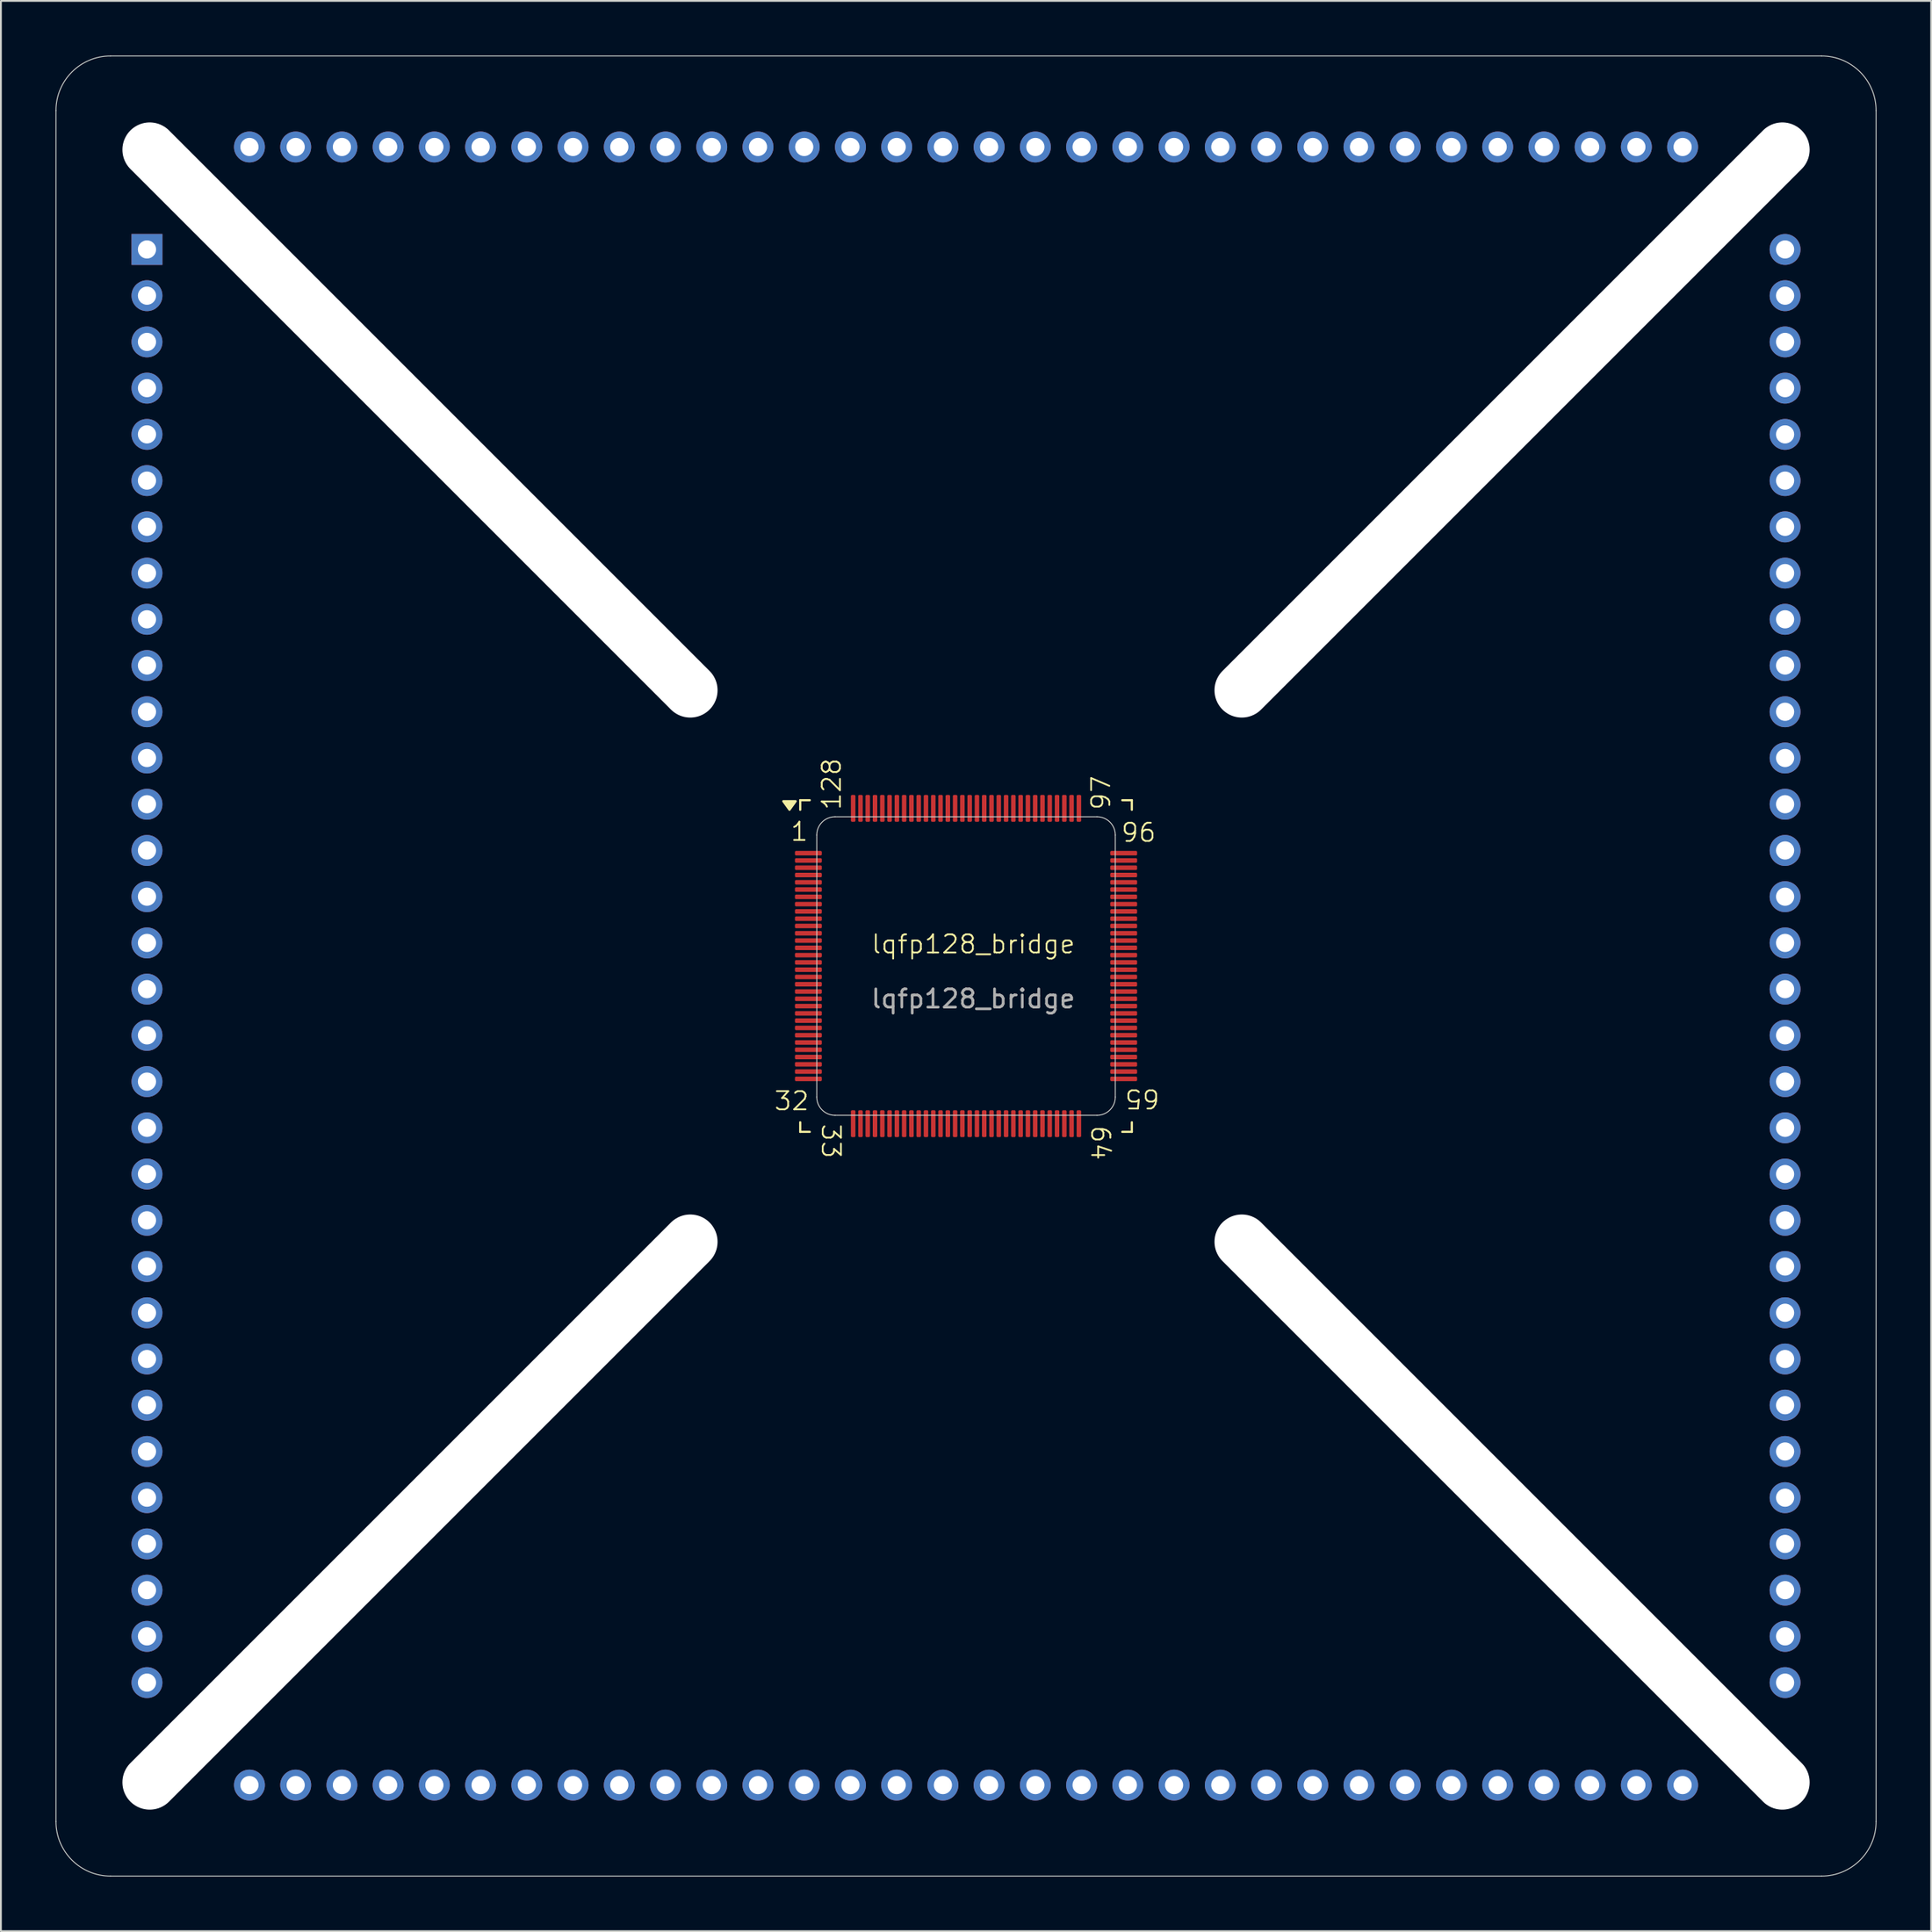
<source format=kicad_pcb>
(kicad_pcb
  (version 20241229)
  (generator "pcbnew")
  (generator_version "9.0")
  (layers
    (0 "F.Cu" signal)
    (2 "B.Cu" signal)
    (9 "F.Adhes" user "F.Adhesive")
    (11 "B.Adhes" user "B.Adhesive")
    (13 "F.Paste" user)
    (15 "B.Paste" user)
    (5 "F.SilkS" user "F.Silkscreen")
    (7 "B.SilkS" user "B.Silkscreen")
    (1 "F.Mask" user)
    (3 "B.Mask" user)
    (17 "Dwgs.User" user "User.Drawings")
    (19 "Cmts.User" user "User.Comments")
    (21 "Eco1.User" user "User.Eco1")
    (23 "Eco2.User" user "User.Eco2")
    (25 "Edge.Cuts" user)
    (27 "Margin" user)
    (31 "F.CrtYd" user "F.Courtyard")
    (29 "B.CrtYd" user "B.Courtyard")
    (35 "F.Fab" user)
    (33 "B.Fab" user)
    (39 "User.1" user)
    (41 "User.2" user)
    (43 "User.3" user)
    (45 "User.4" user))
  (footprint "lqfp128_bridge"
    (layer "F.Cu")
    (at 50.025 50.025)
    (property "Reference" "lqfp128_bridge" (at 0.4 -1.2 0) (unlocked yes) (layer "F.SilkS") (effects (font (size 1 1) (thickness 0.1))))
    (attr smd)
    (fp_line (start -9.11 -9.11) (end -9.11 -8.585) (stroke (width 0.12) (type solid)) (layer "F.SilkS"))
    (fp_line (start -9.11 9.11) (end -9.11 8.585) (stroke (width 0.12) (type solid)) (layer "F.SilkS"))
    (fp_line (start -8.585 -9.11) (end -9.11 -9.11) (stroke (width 0.12) (type solid)) (layer "F.SilkS"))
    (fp_line (start -8.585 9.11) (end -9.11 9.11) (stroke (width 0.12) (type solid)) (layer "F.SilkS"))
    (fp_line (start 8.585 -9.11) (end 9.11 -9.11) (stroke (width 0.12) (type solid)) (layer "F.SilkS"))
    (fp_line (start 8.585 9.11) (end 9.11 9.11) (stroke (width 0.12) (type solid)) (layer "F.SilkS"))
    (fp_line (start 9.11 -9.11) (end 9.11 -8.585) (stroke (width 0.12) (type solid)) (layer "F.SilkS"))
    (fp_line (start 9.11 9.11) (end 9.11 8.585) (stroke (width 0.12) (type solid)) (layer "F.SilkS"))
    (fp_poly (pts (xy -9.7 -8.585) (xy -10.04 -9.055) (xy -9.36 -9.055)) (stroke (width 0.12) (type solid)) (fill yes) (layer "F.SilkS"))
    (fp_line (start -50 47) (end -50 -47) (stroke (width 0.05) (type default)) (layer "Edge.Cuts"))
    (fp_line (start -47 -50) (end 47 -50) (stroke (width 0.05) (type default)) (layer "Edge.Cuts"))
    (fp_line (start -8.2 7.2) (end -8.2 -7.2) (stroke (width 0.05) (type default)) (layer "Edge.Cuts"))
    (fp_line (start -7.2 -8.2) (end 7.2 -8.2) (stroke (width 0.05) (type default)) (layer "Edge.Cuts"))
    (fp_line (start 7.2 8.2) (end -7.2 8.2) (stroke (width 0.05) (type default)) (layer "Edge.Cuts"))
    (fp_line (start 8.2 -7.2) (end 8.2 7.2) (stroke (width 0.05) (type default)) (layer "Edge.Cuts"))
    (fp_line (start 47 50) (end -47 50) (stroke (width 0.05) (type default)) (layer "Edge.Cuts"))
    (fp_line (start 50 -47) (end 50 47) (stroke (width 0.05) (type default)) (layer "Edge.Cuts"))
    (fp_arc (start -50 -47) (mid -49.12132 -49.12132) (end -47 -50) (stroke (width 0.05) (type default)) (layer "Edge.Cuts"))
    (fp_arc (start -47 50) (mid -49.12132 49.12132) (end -50 47) (stroke (width 0.05) (type default)) (layer "Edge.Cuts"))
    (fp_arc (start -8.2 -7.2) (mid -7.907107 -7.907107) (end -7.2 -8.2) (stroke (width 0.05) (type default)) (layer "Edge.Cuts"))
    (fp_arc (start -7.2 8.2) (mid -7.907107 7.907107) (end -8.2 7.2) (stroke (width 0.05) (type default)) (layer "Edge.Cuts"))
    (fp_arc (start 7.2 -8.2) (mid 7.907107 -7.907107) (end 8.2 -7.2) (stroke (width 0.05) (type default)) (layer "Edge.Cuts"))
    (fp_arc (start 8.2 7.2) (mid 7.907107 7.907107) (end 7.2 8.2) (stroke (width 0.05) (type default)) (layer "Edge.Cuts"))
    (fp_arc (start 47 -50) (mid 49.12132 -49.12132) (end 50 -47) (stroke (width 0.05) (type default)) (layer "Edge.Cuts"))
    (fp_arc (start 50 47) (mid 49.12132 49.12132) (end 47 50) (stroke (width 0.05) (type default)) (layer "Edge.Cuts"))
    (fp_text user "33" (at -8 8.6 270) (unlocked yes) (layer "F.SilkS") (effects (font (size 1 1) (thickness 0.1)) (justify left bottom)))
    (fp_text user "32" (at -10.6 8 0) (unlocked yes) (layer "F.SilkS") (effects (font (size 1 1) (thickness 0.1)) (justify left bottom)))
    (fp_text user "65" (at 10.7 6.7 180) (unlocked yes) (layer "F.SilkS") (effects (font (size 1 1) (thickness 0.1)) (justify left bottom)))
    (fp_text user "64" (at 6.8 8.7 270) (unlocked yes) (layer "F.SilkS") (effects (font (size 1 1) (thickness 0.1)) (justify left bottom)))
    (fp_text user "1" (at -9.7 -6.8 0) (unlocked yes) (layer "F.SilkS") (effects (font (size 1 1) (thickness 0.1)) (justify left bottom)))
    (fp_text user "96" (at 10.5 -8 180) (unlocked yes) (layer "F.SilkS") (effects (font (size 1 1) (thickness 0.1)) (justify left bottom)))
    (fp_text user "128" (at -6.8 -8.5 90) (unlocked yes) (layer "F.SilkS") (effects (font (size 1 1) (thickness 0.1)) (justify left bottom)))
    (fp_text user "97" (at 8 -8.5 90) (unlocked yes) (layer "F.SilkS") (effects (font (size 1 1) (thickness 0.1)) (justify left bottom)))
    (fp_text user "${REFERENCE}" (at 0.4 1.8 0) (unlocked yes) (layer "F.Fab") (effects (font (size 1 1) (thickness 0.15))))
    (pad "" np_thru_hole oval (at -30 -30 315) (size 45 3) (drill oval 45 3) (layers "*.Cu" "*.Mask"))
    (pad "" np_thru_hole oval (at -30 30 45) (size 45 3) (drill oval 45 3) (layers "*.Cu" "*.Mask"))
    (pad "" np_thru_hole oval (at 30 -30 45) (size 45 3) (drill oval 45 3) (layers "*.Cu" "*.Mask"))
    (pad "" np_thru_hole oval (at 30 30 315) (size 45 3) (drill oval 45 3) (layers "*.Cu" "*.Mask"))
    (pad "1" thru_hole rect (at -45 -39.37) (size 1.7 1.7) (drill 1) (layers "*.Cu" "*.Mask"))
    (pad "1" smd roundrect (at -8.662 -6.2) (size 1.475 0.25) (layers "F.Cu" "F.Mask" "F.Paste") (roundrect_rratio 0.25))
    (pad "2" thru_hole circle (at -45 -36.83) (size 1.7 1.7) (drill 1) (layers "*.Cu" "*.Mask"))
    (pad "2" smd roundrect (at -8.662 -5.8) (size 1.475 0.25) (layers "F.Cu" "F.Mask" "F.Paste") (roundrect_rratio 0.25))
    (pad "3" thru_hole circle (at -45 -34.29) (size 1.7 1.7) (drill 1) (layers "*.Cu" "*.Mask"))
    (pad "3" smd roundrect (at -8.662 -5.4) (size 1.475 0.25) (layers "F.Cu" "F.Mask" "F.Paste") (roundrect_rratio 0.25))
    (pad "4" thru_hole circle (at -45 -31.75) (size 1.7 1.7) (drill 1) (layers "*.Cu" "*.Mask"))
    (pad "4" smd roundrect (at -8.662 -5) (size 1.475 0.25) (layers "F.Cu" "F.Mask" "F.Paste") (roundrect_rratio 0.25))
    (pad "5" thru_hole circle (at -45 -29.21) (size 1.7 1.7) (drill 1) (layers "*.Cu" "*.Mask"))
    (pad "5" smd roundrect (at -8.662 -4.6) (size 1.475 0.25) (layers "F.Cu" "F.Mask" "F.Paste") (roundrect_rratio 0.25))
    (pad "6" thru_hole circle (at -45 -26.67) (size 1.7 1.7) (drill 1) (layers "*.Cu" "*.Mask"))
    (pad "6" smd roundrect (at -8.662 -4.2) (size 1.475 0.25) (layers "F.Cu" "F.Mask" "F.Paste") (roundrect_rratio 0.25))
    (pad "7" thru_hole circle (at -45 -24.13) (size 1.7 1.7) (drill 1) (layers "*.Cu" "*.Mask"))
    (pad "7" smd roundrect (at -8.662 -3.8) (size 1.475 0.25) (layers "F.Cu" "F.Mask" "F.Paste") (roundrect_rratio 0.25))
    (pad "8" thru_hole circle (at -45 -21.59) (size 1.7 1.7) (drill 1) (layers "*.Cu" "*.Mask"))
    (pad "8" smd roundrect (at -8.662 -3.4) (size 1.475 0.25) (layers "F.Cu" "F.Mask" "F.Paste") (roundrect_rratio 0.25))
    (pad "9" thru_hole circle (at -45 -19.05) (size 1.7 1.7) (drill 1) (layers "*.Cu" "*.Mask"))
    (pad "9" smd roundrect (at -8.662 -3) (size 1.475 0.25) (layers "F.Cu" "F.Mask" "F.Paste") (roundrect_rratio 0.25))
    (pad "10" thru_hole circle (at -45 -16.51) (size 1.7 1.7) (drill 1) (layers "*.Cu" "*.Mask"))
    (pad "10" smd roundrect (at -8.662 -2.6) (size 1.475 0.25) (layers "F.Cu" "F.Mask" "F.Paste") (roundrect_rratio 0.25))
    (pad "11" thru_hole circle (at -45 -13.97) (size 1.7 1.7) (drill 1) (layers "*.Cu" "*.Mask"))
    (pad "11" smd roundrect (at -8.662 -2.2) (size 1.475 0.25) (layers "F.Cu" "F.Mask" "F.Paste") (roundrect_rratio 0.25))
    (pad "12" thru_hole circle (at -45 -11.43) (size 1.7 1.7) (drill 1) (layers "*.Cu" "*.Mask"))
    (pad "12" smd roundrect (at -8.662 -1.8) (size 1.475 0.25) (layers "F.Cu" "F.Mask" "F.Paste") (roundrect_rratio 0.25))
    (pad "13" thru_hole circle (at -45 -8.89) (size 1.7 1.7) (drill 1) (layers "*.Cu" "*.Mask"))
    (pad "13" smd roundrect (at -8.662 -1.4) (size 1.475 0.25) (layers "F.Cu" "F.Mask" "F.Paste") (roundrect_rratio 0.25))
    (pad "14" thru_hole circle (at -45 -6.35) (size 1.7 1.7) (drill 1) (layers "*.Cu" "*.Mask"))
    (pad "14" smd roundrect (at -8.662 -1) (size 1.475 0.25) (layers "F.Cu" "F.Mask" "F.Paste") (roundrect_rratio 0.25))
    (pad "15" thru_hole circle (at -45 -3.81) (size 1.7 1.7) (drill 1) (layers "*.Cu" "*.Mask"))
    (pad "15" smd roundrect (at -8.662 -0.6) (size 1.475 0.25) (layers "F.Cu" "F.Mask" "F.Paste") (roundrect_rratio 0.25))
    (pad "16" thru_hole circle (at -45 -1.27) (size 1.7 1.7) (drill 1) (layers "*.Cu" "*.Mask"))
    (pad "16" smd roundrect (at -8.662 -0.2) (size 1.475 0.25) (layers "F.Cu" "F.Mask" "F.Paste") (roundrect_rratio 0.25))
    (pad "17" thru_hole circle (at -45 1.27) (size 1.7 1.7) (drill 1) (layers "*.Cu" "*.Mask"))
    (pad "17" smd roundrect (at -8.662 0.2) (size 1.475 0.25) (layers "F.Cu" "F.Mask" "F.Paste") (roundrect_rratio 0.25))
    (pad "18" thru_hole circle (at -45 3.81) (size 1.7 1.7) (drill 1) (layers "*.Cu" "*.Mask"))
    (pad "18" smd roundrect (at -8.662 0.6) (size 1.475 0.25) (layers "F.Cu" "F.Mask" "F.Paste") (roundrect_rratio 0.25))
    (pad "19" thru_hole circle (at -45 6.35) (size 1.7 1.7) (drill 1) (layers "*.Cu" "*.Mask"))
    (pad "19" smd roundrect (at -8.662 1) (size 1.475 0.25) (layers "F.Cu" "F.Mask" "F.Paste") (roundrect_rratio 0.25))
    (pad "20" thru_hole circle (at -45 8.89) (size 1.7 1.7) (drill 1) (layers "*.Cu" "*.Mask"))
    (pad "20" smd roundrect (at -8.662 1.4) (size 1.475 0.25) (layers "F.Cu" "F.Mask" "F.Paste") (roundrect_rratio 0.25))
    (pad "21" thru_hole circle (at -45 11.43) (size 1.7 1.7) (drill 1) (layers "*.Cu" "*.Mask"))
    (pad "21" smd roundrect (at -8.662 1.8) (size 1.475 0.25) (layers "F.Cu" "F.Mask" "F.Paste") (roundrect_rratio 0.25))
    (pad "22" thru_hole circle (at -45 13.97) (size 1.7 1.7) (drill 1) (layers "*.Cu" "*.Mask"))
    (pad "22" smd roundrect (at -8.662 2.2) (size 1.475 0.25) (layers "F.Cu" "F.Mask" "F.Paste") (roundrect_rratio 0.25))
    (pad "23" thru_hole circle (at -45 16.51) (size 1.7 1.7) (drill 1) (layers "*.Cu" "*.Mask"))
    (pad "23" smd roundrect (at -8.662 2.6) (size 1.475 0.25) (layers "F.Cu" "F.Mask" "F.Paste") (roundrect_rratio 0.25))
    (pad "24" thru_hole circle (at -45 19.05) (size 1.7 1.7) (drill 1) (layers "*.Cu" "*.Mask"))
    (pad "24" smd roundrect (at -8.662 3) (size 1.475 0.25) (layers "F.Cu" "F.Mask" "F.Paste") (roundrect_rratio 0.25))
    (pad "25" thru_hole circle (at -45 21.59) (size 1.7 1.7) (drill 1) (layers "*.Cu" "*.Mask"))
    (pad "25" smd roundrect (at -8.662 3.4) (size 1.475 0.25) (layers "F.Cu" "F.Mask" "F.Paste") (roundrect_rratio 0.25))
    (pad "26" thru_hole circle (at -45 24.13) (size 1.7 1.7) (drill 1) (layers "*.Cu" "*.Mask"))
    (pad "26" smd roundrect (at -8.662 3.8) (size 1.475 0.25) (layers "F.Cu" "F.Mask" "F.Paste") (roundrect_rratio 0.25))
    (pad "27" thru_hole circle (at -45 26.67) (size 1.7 1.7) (drill 1) (layers "*.Cu" "*.Mask"))
    (pad "27" smd roundrect (at -8.662 4.2) (size 1.475 0.25) (layers "F.Cu" "F.Mask" "F.Paste") (roundrect_rratio 0.25))
    (pad "28" thru_hole circle (at -45 29.21) (size 1.7 1.7) (drill 1) (layers "*.Cu" "*.Mask"))
    (pad "28" smd roundrect (at -8.662 4.6) (size 1.475 0.25) (layers "F.Cu" "F.Mask" "F.Paste") (roundrect_rratio 0.25))
    (pad "29" thru_hole circle (at -45 31.75) (size 1.7 1.7) (drill 1) (layers "*.Cu" "*.Mask"))
    (pad "29" smd roundrect (at -8.662 5) (size 1.475 0.25) (layers "F.Cu" "F.Mask" "F.Paste") (roundrect_rratio 0.25))
    (pad "30" thru_hole circle (at -45 34.29) (size 1.7 1.7) (drill 1) (layers "*.Cu" "*.Mask"))
    (pad "30" smd roundrect (at -8.662 5.4) (size 1.475 0.25) (layers "F.Cu" "F.Mask" "F.Paste") (roundrect_rratio 0.25))
    (pad "31" thru_hole circle (at -45 36.83) (size 1.7 1.7) (drill 1) (layers "*.Cu" "*.Mask"))
    (pad "31" smd roundrect (at -8.662 5.8) (size 1.475 0.25) (layers "F.Cu" "F.Mask" "F.Paste") (roundrect_rratio 0.25))
    (pad "32" thru_hole circle (at -45 39.37) (size 1.7 1.7) (drill 1) (layers "*.Cu" "*.Mask"))
    (pad "32" smd roundrect (at -8.662 6.2) (size 1.475 0.25) (layers "F.Cu" "F.Mask" "F.Paste") (roundrect_rratio 0.25))
    (pad "33" thru_hole circle (at -39.37 45 270) (size 1.7 1.7) (drill 1) (layers "*.Cu" "*.Mask"))
    (pad "33" smd roundrect (at -6.2 8.662) (size 0.25 1.475) (layers "F.Cu" "F.Mask" "F.Paste") (roundrect_rratio 0.25))
    (pad "34" thru_hole circle (at -36.83 45 270) (size 1.7 1.7) (drill 1) (layers "*.Cu" "*.Mask"))
    (pad "34" smd roundrect (at -5.8 8.662) (size 0.25 1.475) (layers "F.Cu" "F.Mask" "F.Paste") (roundrect_rratio 0.25))
    (pad "35" thru_hole circle (at -34.29 45 270) (size 1.7 1.7) (drill 1) (layers "*.Cu" "*.Mask"))
    (pad "35" smd roundrect (at -5.4 8.662) (size 0.25 1.475) (layers "F.Cu" "F.Mask" "F.Paste") (roundrect_rratio 0.25))
    (pad "36" thru_hole circle (at -31.75 45 270) (size 1.7 1.7) (drill 1) (layers "*.Cu" "*.Mask"))
    (pad "36" smd roundrect (at -5 8.662) (size 0.25 1.475) (layers "F.Cu" "F.Mask" "F.Paste") (roundrect_rratio 0.25))
    (pad "37" thru_hole circle (at -29.21 45 270) (size 1.7 1.7) (drill 1) (layers "*.Cu" "*.Mask"))
    (pad "37" smd roundrect (at -4.6 8.662) (size 0.25 1.475) (layers "F.Cu" "F.Mask" "F.Paste") (roundrect_rratio 0.25))
    (pad "38" thru_hole circle (at -26.67 45 270) (size 1.7 1.7) (drill 1) (layers "*.Cu" "*.Mask"))
    (pad "38" smd roundrect (at -4.2 8.662) (size 0.25 1.475) (layers "F.Cu" "F.Mask" "F.Paste") (roundrect_rratio 0.25))
    (pad "39" thru_hole circle (at -24.13 45 270) (size 1.7 1.7) (drill 1) (layers "*.Cu" "*.Mask"))
    (pad "39" smd roundrect (at -3.8 8.662) (size 0.25 1.475) (layers "F.Cu" "F.Mask" "F.Paste") (roundrect_rratio 0.25))
    (pad "40" thru_hole circle (at -21.59 45 270) (size 1.7 1.7) (drill 1) (layers "*.Cu" "*.Mask"))
    (pad "40" smd roundrect (at -3.4 8.662) (size 0.25 1.475) (layers "F.Cu" "F.Mask" "F.Paste") (roundrect_rratio 0.25))
    (pad "41" thru_hole circle (at -19.05 45 270) (size 1.7 1.7) (drill 1) (layers "*.Cu" "*.Mask"))
    (pad "41" smd roundrect (at -3 8.662) (size 0.25 1.475) (layers "F.Cu" "F.Mask" "F.Paste") (roundrect_rratio 0.25))
    (pad "42" thru_hole circle (at -16.51 45 270) (size 1.7 1.7) (drill 1) (layers "*.Cu" "*.Mask"))
    (pad "42" smd roundrect (at -2.6 8.662) (size 0.25 1.475) (layers "F.Cu" "F.Mask" "F.Paste") (roundrect_rratio 0.25))
    (pad "43" thru_hole circle (at -13.97 45 270) (size 1.7 1.7) (drill 1) (layers "*.Cu" "*.Mask"))
    (pad "43" smd roundrect (at -2.2 8.662) (size 0.25 1.475) (layers "F.Cu" "F.Mask" "F.Paste") (roundrect_rratio 0.25))
    (pad "44" thru_hole circle (at -11.43 45 270) (size 1.7 1.7) (drill 1) (layers "*.Cu" "*.Mask"))
    (pad "44" smd roundrect (at -1.8 8.662) (size 0.25 1.475) (layers "F.Cu" "F.Mask" "F.Paste") (roundrect_rratio 0.25))
    (pad "45" thru_hole circle (at -8.89 45 270) (size 1.7 1.7) (drill 1) (layers "*.Cu" "*.Mask"))
    (pad "45" smd roundrect (at -1.4 8.662) (size 0.25 1.475) (layers "F.Cu" "F.Mask" "F.Paste") (roundrect_rratio 0.25))
    (pad "46" thru_hole circle (at -6.35 45 270) (size 1.7 1.7) (drill 1) (layers "*.Cu" "*.Mask"))
    (pad "46" smd roundrect (at -1 8.662) (size 0.25 1.475) (layers "F.Cu" "F.Mask" "F.Paste") (roundrect_rratio 0.25))
    (pad "47" thru_hole circle (at -3.81 45 270) (size 1.7 1.7) (drill 1) (layers "*.Cu" "*.Mask"))
    (pad "47" smd roundrect (at -0.6 8.662) (size 0.25 1.475) (layers "F.Cu" "F.Mask" "F.Paste") (roundrect_rratio 0.25))
    (pad "48" thru_hole circle (at -1.27 45 270) (size 1.7 1.7) (drill 1) (layers "*.Cu" "*.Mask"))
    (pad "48" smd roundrect (at -0.2 8.662) (size 0.25 1.475) (layers "F.Cu" "F.Mask" "F.Paste") (roundrect_rratio 0.25))
    (pad "49" smd roundrect (at 0.2 8.662) (size 0.25 1.475) (layers "F.Cu" "F.Mask" "F.Paste") (roundrect_rratio 0.25))
    (pad "49" thru_hole circle (at 1.27 45 270) (size 1.7 1.7) (drill 1) (layers "*.Cu" "*.Mask"))
    (pad "50" smd roundrect (at 0.6 8.662) (size 0.25 1.475) (layers "F.Cu" "F.Mask" "F.Paste") (roundrect_rratio 0.25))
    (pad "50" thru_hole circle (at 3.81 45 270) (size 1.7 1.7) (drill 1) (layers "*.Cu" "*.Mask"))
    (pad "51" smd roundrect (at 1 8.662) (size 0.25 1.475) (layers "F.Cu" "F.Mask" "F.Paste") (roundrect_rratio 0.25))
    (pad "51" thru_hole circle (at 6.35 45 270) (size 1.7 1.7) (drill 1) (layers "*.Cu" "*.Mask"))
    (pad "52" smd roundrect (at 1.4 8.662) (size 0.25 1.475) (layers "F.Cu" "F.Mask" "F.Paste") (roundrect_rratio 0.25))
    (pad "52" thru_hole circle (at 8.89 45 270) (size 1.7 1.7) (drill 1) (layers "*.Cu" "*.Mask"))
    (pad "53" smd roundrect (at 1.8 8.662) (size 0.25 1.475) (layers "F.Cu" "F.Mask" "F.Paste") (roundrect_rratio 0.25))
    (pad "53" thru_hole circle (at 11.43 45 270) (size 1.7 1.7) (drill 1) (layers "*.Cu" "*.Mask"))
    (pad "54" smd roundrect (at 2.2 8.662) (size 0.25 1.475) (layers "F.Cu" "F.Mask" "F.Paste") (roundrect_rratio 0.25))
    (pad "54" thru_hole circle (at 13.97 45 270) (size 1.7 1.7) (drill 1) (layers "*.Cu" "*.Mask"))
    (pad "55" smd roundrect (at 2.6 8.662) (size 0.25 1.475) (layers "F.Cu" "F.Mask" "F.Paste") (roundrect_rratio 0.25))
    (pad "55" thru_hole circle (at 16.51 45 270) (size 1.7 1.7) (drill 1) (layers "*.Cu" "*.Mask"))
    (pad "56" smd roundrect (at 3 8.662) (size 0.25 1.475) (layers "F.Cu" "F.Mask" "F.Paste") (roundrect_rratio 0.25))
    (pad "56" thru_hole circle (at 19.05 45 270) (size 1.7 1.7) (drill 1) (layers "*.Cu" "*.Mask"))
    (pad "57" smd roundrect (at 3.4 8.662) (size 0.25 1.475) (layers "F.Cu" "F.Mask" "F.Paste") (roundrect_rratio 0.25))
    (pad "57" thru_hole circle (at 21.59 45 270) (size 1.7 1.7) (drill 1) (layers "*.Cu" "*.Mask"))
    (pad "58" smd roundrect (at 3.8 8.662) (size 0.25 1.475) (layers "F.Cu" "F.Mask" "F.Paste") (roundrect_rratio 0.25))
    (pad "58" thru_hole circle (at 24.13 45 270) (size 1.7 1.7) (drill 1) (layers "*.Cu" "*.Mask"))
    (pad "59" smd roundrect (at 4.2 8.662) (size 0.25 1.475) (layers "F.Cu" "F.Mask" "F.Paste") (roundrect_rratio 0.25))
    (pad "59" thru_hole circle (at 26.67 45 270) (size 1.7 1.7) (drill 1) (layers "*.Cu" "*.Mask"))
    (pad "60" smd roundrect (at 4.6 8.662) (size 0.25 1.475) (layers "F.Cu" "F.Mask" "F.Paste") (roundrect_rratio 0.25))
    (pad "60" thru_hole circle (at 29.21 45 270) (size 1.7 1.7) (drill 1) (layers "*.Cu" "*.Mask"))
    (pad "61" smd roundrect (at 5 8.662) (size 0.25 1.475) (layers "F.Cu" "F.Mask" "F.Paste") (roundrect_rratio 0.25))
    (pad "61" thru_hole circle (at 31.75 45 270) (size 1.7 1.7) (drill 1) (layers "*.Cu" "*.Mask"))
    (pad "62" smd roundrect (at 5.4 8.662) (size 0.25 1.475) (layers "F.Cu" "F.Mask" "F.Paste") (roundrect_rratio 0.25))
    (pad "62" thru_hole circle (at 34.29 45 270) (size 1.7 1.7) (drill 1) (layers "*.Cu" "*.Mask"))
    (pad "63" smd roundrect (at 5.8 8.662) (size 0.25 1.475) (layers "F.Cu" "F.Mask" "F.Paste") (roundrect_rratio 0.25))
    (pad "63" thru_hole circle (at 36.83 45 270) (size 1.7 1.7) (drill 1) (layers "*.Cu" "*.Mask"))
    (pad "64" smd roundrect (at 6.2 8.662) (size 0.25 1.475) (layers "F.Cu" "F.Mask" "F.Paste") (roundrect_rratio 0.25))
    (pad "64" thru_hole circle (at 39.37 45 270) (size 1.7 1.7) (drill 1) (layers "*.Cu" "*.Mask"))
    (pad "65" smd roundrect (at 8.662 6.2) (size 1.475 0.25) (layers "F.Cu" "F.Mask" "F.Paste") (roundrect_rratio 0.25))
    (pad "65" thru_hole circle (at 45 39.37) (size 1.7 1.7) (drill 1) (layers "*.Cu" "*.Mask"))
    (pad "66" smd roundrect (at 8.662 5.8) (size 1.475 0.25) (layers "F.Cu" "F.Mask" "F.Paste") (roundrect_rratio 0.25))
    (pad "66" thru_hole circle (at 45 36.83) (size 1.7 1.7) (drill 1) (layers "*.Cu" "*.Mask"))
    (pad "67" smd roundrect (at 8.662 5.4) (size 1.475 0.25) (layers "F.Cu" "F.Mask" "F.Paste") (roundrect_rratio 0.25))
    (pad "67" thru_hole circle (at 45 34.29) (size 1.7 1.7) (drill 1) (layers "*.Cu" "*.Mask"))
    (pad "68" smd roundrect (at 8.662 5) (size 1.475 0.25) (layers "F.Cu" "F.Mask" "F.Paste") (roundrect_rratio 0.25))
    (pad "68" thru_hole circle (at 45 31.75) (size 1.7 1.7) (drill 1) (layers "*.Cu" "*.Mask"))
    (pad "69" smd roundrect (at 8.662 4.6) (size 1.475 0.25) (layers "F.Cu" "F.Mask" "F.Paste") (roundrect_rratio 0.25))
    (pad "69" thru_hole circle (at 45 29.21) (size 1.7 1.7) (drill 1) (layers "*.Cu" "*.Mask"))
    (pad "70" smd roundrect (at 8.662 4.2) (size 1.475 0.25) (layers "F.Cu" "F.Mask" "F.Paste") (roundrect_rratio 0.25))
    (pad "70" thru_hole circle (at 45 26.67) (size 1.7 1.7) (drill 1) (layers "*.Cu" "*.Mask"))
    (pad "71" smd roundrect (at 8.662 3.8) (size 1.475 0.25) (layers "F.Cu" "F.Mask" "F.Paste") (roundrect_rratio 0.25))
    (pad "71" thru_hole circle (at 45 24.13) (size 1.7 1.7) (drill 1) (layers "*.Cu" "*.Mask"))
    (pad "72" smd roundrect (at 8.662 3.4) (size 1.475 0.25) (layers "F.Cu" "F.Mask" "F.Paste") (roundrect_rratio 0.25))
    (pad "72" thru_hole circle (at 45 21.59) (size 1.7 1.7) (drill 1) (layers "*.Cu" "*.Mask"))
    (pad "73" smd roundrect (at 8.662 3) (size 1.475 0.25) (layers "F.Cu" "F.Mask" "F.Paste") (roundrect_rratio 0.25))
    (pad "73" thru_hole circle (at 45 19.05) (size 1.7 1.7) (drill 1) (layers "*.Cu" "*.Mask"))
    (pad "74" smd roundrect (at 8.662 2.6) (size 1.475 0.25) (layers "F.Cu" "F.Mask" "F.Paste") (roundrect_rratio 0.25))
    (pad "74" thru_hole circle (at 45 16.51) (size 1.7 1.7) (drill 1) (layers "*.Cu" "*.Mask"))
    (pad "75" smd roundrect (at 8.662 2.2) (size 1.475 0.25) (layers "F.Cu" "F.Mask" "F.Paste") (roundrect_rratio 0.25))
    (pad "75" thru_hole circle (at 45 13.97) (size 1.7 1.7) (drill 1) (layers "*.Cu" "*.Mask"))
    (pad "76" smd roundrect (at 8.662 1.8) (size 1.475 0.25) (layers "F.Cu" "F.Mask" "F.Paste") (roundrect_rratio 0.25))
    (pad "76" thru_hole circle (at 45 11.43) (size 1.7 1.7) (drill 1) (layers "*.Cu" "*.Mask"))
    (pad "77" smd roundrect (at 8.662 1.4) (size 1.475 0.25) (layers "F.Cu" "F.Mask" "F.Paste") (roundrect_rratio 0.25))
    (pad "77" thru_hole circle (at 45 8.89) (size 1.7 1.7) (drill 1) (layers "*.Cu" "*.Mask"))
    (pad "78" smd roundrect (at 8.662 1) (size 1.475 0.25) (layers "F.Cu" "F.Mask" "F.Paste") (roundrect_rratio 0.25))
    (pad "78" thru_hole circle (at 45 6.35) (size 1.7 1.7) (drill 1) (layers "*.Cu" "*.Mask"))
    (pad "79" smd roundrect (at 8.662 0.6) (size 1.475 0.25) (layers "F.Cu" "F.Mask" "F.Paste") (roundrect_rratio 0.25))
    (pad "79" thru_hole circle (at 45 3.81) (size 1.7 1.7) (drill 1) (layers "*.Cu" "*.Mask"))
    (pad "80" smd roundrect (at 8.662 0.2) (size 1.475 0.25) (layers "F.Cu" "F.Mask" "F.Paste") (roundrect_rratio 0.25))
    (pad "80" thru_hole circle (at 45 1.27) (size 1.7 1.7) (drill 1) (layers "*.Cu" "*.Mask"))
    (pad "81" smd roundrect (at 8.662 -0.2) (size 1.475 0.25) (layers "F.Cu" "F.Mask" "F.Paste") (roundrect_rratio 0.25))
    (pad "81" thru_hole circle (at 45 -1.27) (size 1.7 1.7) (drill 1) (layers "*.Cu" "*.Mask"))
    (pad "82" smd roundrect (at 8.662 -0.6) (size 1.475 0.25) (layers "F.Cu" "F.Mask" "F.Paste") (roundrect_rratio 0.25))
    (pad "82" thru_hole circle (at 45 -3.81) (size 1.7 1.7) (drill 1) (layers "*.Cu" "*.Mask"))
    (pad "83" smd roundrect (at 8.662 -1) (size 1.475 0.25) (layers "F.Cu" "F.Mask" "F.Paste") (roundrect_rratio 0.25))
    (pad "83" thru_hole circle (at 45 -6.35) (size 1.7 1.7) (drill 1) (layers "*.Cu" "*.Mask"))
    (pad "84" smd roundrect (at 8.662 -1.4) (size 1.475 0.25) (layers "F.Cu" "F.Mask" "F.Paste") (roundrect_rratio 0.25))
    (pad "84" thru_hole circle (at 45 -8.89) (size 1.7 1.7) (drill 1) (layers "*.Cu" "*.Mask"))
    (pad "85" smd roundrect (at 8.662 -1.8) (size 1.475 0.25) (layers "F.Cu" "F.Mask" "F.Paste") (roundrect_rratio 0.25))
    (pad "85" thru_hole circle (at 45 -11.43) (size 1.7 1.7) (drill 1) (layers "*.Cu" "*.Mask"))
    (pad "86" smd roundrect (at 8.662 -2.2) (size 1.475 0.25) (layers "F.Cu" "F.Mask" "F.Paste") (roundrect_rratio 0.25))
    (pad "86" thru_hole circle (at 45 -13.97) (size 1.7 1.7) (drill 1) (layers "*.Cu" "*.Mask"))
    (pad "87" smd roundrect (at 8.662 -2.6) (size 1.475 0.25) (layers "F.Cu" "F.Mask" "F.Paste") (roundrect_rratio 0.25))
    (pad "87" thru_hole circle (at 45 -16.51) (size 1.7 1.7) (drill 1) (layers "*.Cu" "*.Mask"))
    (pad "88" smd roundrect (at 8.662 -3) (size 1.475 0.25) (layers "F.Cu" "F.Mask" "F.Paste") (roundrect_rratio 0.25))
    (pad "88" thru_hole circle (at 45 -19.05) (size 1.7 1.7) (drill 1) (layers "*.Cu" "*.Mask"))
    (pad "89" smd roundrect (at 8.662 -3.4) (size 1.475 0.25) (layers "F.Cu" "F.Mask" "F.Paste") (roundrect_rratio 0.25))
    (pad "89" thru_hole circle (at 45 -21.59) (size 1.7 1.7) (drill 1) (layers "*.Cu" "*.Mask"))
    (pad "90" smd roundrect (at 8.662 -3.8) (size 1.475 0.25) (layers "F.Cu" "F.Mask" "F.Paste") (roundrect_rratio 0.25))
    (pad "90" thru_hole circle (at 45 -24.13) (size 1.7 1.7) (drill 1) (layers "*.Cu" "*.Mask"))
    (pad "91" smd roundrect (at 8.662 -4.2) (size 1.475 0.25) (layers "F.Cu" "F.Mask" "F.Paste") (roundrect_rratio 0.25))
    (pad "91" thru_hole circle (at 45 -26.67) (size 1.7 1.7) (drill 1) (layers "*.Cu" "*.Mask"))
    (pad "92" smd roundrect (at 8.662 -4.6) (size 1.475 0.25) (layers "F.Cu" "F.Mask" "F.Paste") (roundrect_rratio 0.25))
    (pad "92" thru_hole circle (at 45 -29.21) (size 1.7 1.7) (drill 1) (layers "*.Cu" "*.Mask"))
    (pad "93" smd roundrect (at 8.662 -5) (size 1.475 0.25) (layers "F.Cu" "F.Mask" "F.Paste") (roundrect_rratio 0.25))
    (pad "93" thru_hole circle (at 45 -31.75) (size 1.7 1.7) (drill 1) (layers "*.Cu" "*.Mask"))
    (pad "94" smd roundrect (at 8.662 -5.4) (size 1.475 0.25) (layers "F.Cu" "F.Mask" "F.Paste") (roundrect_rratio 0.25))
    (pad "94" thru_hole circle (at 45 -34.29) (size 1.7 1.7) (drill 1) (layers "*.Cu" "*.Mask"))
    (pad "95" smd roundrect (at 8.662 -5.8) (size 1.475 0.25) (layers "F.Cu" "F.Mask" "F.Paste") (roundrect_rratio 0.25))
    (pad "95" thru_hole circle (at 45 -36.83) (size 1.7 1.7) (drill 1) (layers "*.Cu" "*.Mask"))
    (pad "96" smd roundrect (at 8.662 -6.2) (size 1.475 0.25) (layers "F.Cu" "F.Mask" "F.Paste") (roundrect_rratio 0.25))
    (pad "96" thru_hole circle (at 45 -39.37) (size 1.7 1.7) (drill 1) (layers "*.Cu" "*.Mask"))
    (pad "97" smd roundrect (at 6.2 -8.662) (size 0.25 1.475) (layers "F.Cu" "F.Mask" "F.Paste") (roundrect_rratio 0.25))
    (pad "97" thru_hole circle (at 39.37 -45 90) (size 1.7 1.7) (drill 1) (layers "*.Cu" "*.Mask"))
    (pad "98" smd roundrect (at 5.8 -8.662) (size 0.25 1.475) (layers "F.Cu" "F.Mask" "F.Paste") (roundrect_rratio 0.25))
    (pad "98" thru_hole circle (at 36.83 -45 90) (size 1.7 1.7) (drill 1) (layers "*.Cu" "*.Mask"))
    (pad "99" smd roundrect (at 5.4 -8.662) (size 0.25 1.475) (layers "F.Cu" "F.Mask" "F.Paste") (roundrect_rratio 0.25))
    (pad "99" thru_hole circle (at 34.29 -45 90) (size 1.7 1.7) (drill 1) (layers "*.Cu" "*.Mask"))
    (pad "100" smd roundrect (at 5 -8.662) (size 0.25 1.475) (layers "F.Cu" "F.Mask" "F.Paste") (roundrect_rratio 0.25))
    (pad "100" thru_hole circle (at 31.75 -45 90) (size 1.7 1.7) (drill 1) (layers "*.Cu" "*.Mask"))
    (pad "101" smd roundrect (at 4.6 -8.662) (size 0.25 1.475) (layers "F.Cu" "F.Mask" "F.Paste") (roundrect_rratio 0.25))
    (pad "101" thru_hole circle (at 29.21 -45 90) (size 1.7 1.7) (drill 1) (layers "*.Cu" "*.Mask"))
    (pad "102" smd roundrect (at 4.2 -8.662) (size 0.25 1.475) (layers "F.Cu" "F.Mask" "F.Paste") (roundrect_rratio 0.25))
    (pad "102" thru_hole circle (at 26.67 -45 90) (size 1.7 1.7) (drill 1) (layers "*.Cu" "*.Mask"))
    (pad "103" smd roundrect (at 3.8 -8.662) (size 0.25 1.475) (layers "F.Cu" "F.Mask" "F.Paste") (roundrect_rratio 0.25))
    (pad "103" thru_hole circle (at 24.13 -45 90) (size 1.7 1.7) (drill 1) (layers "*.Cu" "*.Mask"))
    (pad "104" smd roundrect (at 3.4 -8.662) (size 0.25 1.475) (layers "F.Cu" "F.Mask" "F.Paste") (roundrect_rratio 0.25))
    (pad "104" thru_hole circle (at 21.59 -45 90) (size 1.7 1.7) (drill 1) (layers "*.Cu" "*.Mask"))
    (pad "105" smd roundrect (at 3 -8.662) (size 0.25 1.475) (layers "F.Cu" "F.Mask" "F.Paste") (roundrect_rratio 0.25))
    (pad "105" thru_hole circle (at 19.05 -45 90) (size 1.7 1.7) (drill 1) (layers "*.Cu" "*.Mask"))
    (pad "106" smd roundrect (at 2.6 -8.662) (size 0.25 1.475) (layers "F.Cu" "F.Mask" "F.Paste") (roundrect_rratio 0.25))
    (pad "106" thru_hole circle (at 16.51 -45 90) (size 1.7 1.7) (drill 1) (layers "*.Cu" "*.Mask"))
    (pad "107" smd roundrect (at 2.2 -8.662) (size 0.25 1.475) (layers "F.Cu" "F.Mask" "F.Paste") (roundrect_rratio 0.25))
    (pad "107" thru_hole circle (at 13.97 -45 90) (size 1.7 1.7) (drill 1) (layers "*.Cu" "*.Mask"))
    (pad "108" smd roundrect (at 1.8 -8.662) (size 0.25 1.475) (layers "F.Cu" "F.Mask" "F.Paste") (roundrect_rratio 0.25))
    (pad "108" thru_hole circle (at 11.43 -45 90) (size 1.7 1.7) (drill 1) (layers "*.Cu" "*.Mask"))
    (pad "109" smd roundrect (at 1.4 -8.662) (size 0.25 1.475) (layers "F.Cu" "F.Mask" "F.Paste") (roundrect_rratio 0.25))
    (pad "109" thru_hole circle (at 8.89 -45 90) (size 1.7 1.7) (drill 1) (layers "*.Cu" "*.Mask"))
    (pad "110" smd roundrect (at 1 -8.662) (size 0.25 1.475) (layers "F.Cu" "F.Mask" "F.Paste") (roundrect_rratio 0.25))
    (pad "110" thru_hole circle (at 6.35 -45 90) (size 1.7 1.7) (drill 1) (layers "*.Cu" "*.Mask"))
    (pad "111" smd roundrect (at 0.6 -8.662) (size 0.25 1.475) (layers "F.Cu" "F.Mask" "F.Paste") (roundrect_rratio 0.25))
    (pad "111" thru_hole circle (at 3.81 -45 90) (size 1.7 1.7) (drill 1) (layers "*.Cu" "*.Mask"))
    (pad "112" smd roundrect (at 0.2 -8.662) (size 0.25 1.475) (layers "F.Cu" "F.Mask" "F.Paste") (roundrect_rratio 0.25))
    (pad "112" thru_hole circle (at 1.27 -45 90) (size 1.7 1.7) (drill 1) (layers "*.Cu" "*.Mask"))
    (pad "113" thru_hole circle (at -1.27 -45 90) (size 1.7 1.7) (drill 1) (layers "*.Cu" "*.Mask"))
    (pad "113" smd roundrect (at -0.2 -8.662) (size 0.25 1.475) (layers "F.Cu" "F.Mask" "F.Paste") (roundrect_rratio 0.25))
    (pad "114" thru_hole circle (at -3.81 -45 90) (size 1.7 1.7) (drill 1) (layers "*.Cu" "*.Mask"))
    (pad "114" smd roundrect (at -0.6 -8.662) (size 0.25 1.475) (layers "F.Cu" "F.Mask" "F.Paste") (roundrect_rratio 0.25))
    (pad "115" thru_hole circle (at -6.35 -45 90) (size 1.7 1.7) (drill 1) (layers "*.Cu" "*.Mask"))
    (pad "115" smd roundrect (at -1 -8.662) (size 0.25 1.475) (layers "F.Cu" "F.Mask" "F.Paste") (roundrect_rratio 0.25))
    (pad "116" thru_hole circle (at -8.89 -45 90) (size 1.7 1.7) (drill 1) (layers "*.Cu" "*.Mask"))
    (pad "116" smd roundrect (at -1.4 -8.662) (size 0.25 1.475) (layers "F.Cu" "F.Mask" "F.Paste") (roundrect_rratio 0.25))
    (pad "117" thru_hole circle (at -11.43 -45 90) (size 1.7 1.7) (drill 1) (layers "*.Cu" "*.Mask"))
    (pad "117" smd roundrect (at -1.8 -8.662) (size 0.25 1.475) (layers "F.Cu" "F.Mask" "F.Paste") (roundrect_rratio 0.25))
    (pad "118" thru_hole circle (at -13.97 -45 90) (size 1.7 1.7) (drill 1) (layers "*.Cu" "*.Mask"))
    (pad "118" smd roundrect (at -2.2 -8.662) (size 0.25 1.475) (layers "F.Cu" "F.Mask" "F.Paste") (roundrect_rratio 0.25))
    (pad "119" thru_hole circle (at -16.51 -45 90) (size 1.7 1.7) (drill 1) (layers "*.Cu" "*.Mask"))
    (pad "119" smd roundrect (at -2.6 -8.662) (size 0.25 1.475) (layers "F.Cu" "F.Mask" "F.Paste") (roundrect_rratio 0.25))
    (pad "120" thru_hole circle (at -19.05 -45 90) (size 1.7 1.7) (drill 1) (layers "*.Cu" "*.Mask"))
    (pad "120" smd roundrect (at -3 -8.662) (size 0.25 1.475) (layers "F.Cu" "F.Mask" "F.Paste") (roundrect_rratio 0.25))
    (pad "121" thru_hole circle (at -21.59 -45 90) (size 1.7 1.7) (drill 1) (layers "*.Cu" "*.Mask"))
    (pad "121" smd roundrect (at -3.4 -8.662) (size 0.25 1.475) (layers "F.Cu" "F.Mask" "F.Paste") (roundrect_rratio 0.25))
    (pad "122" thru_hole circle (at -24.13 -45 90) (size 1.7 1.7) (drill 1) (layers "*.Cu" "*.Mask"))
    (pad "122" smd roundrect (at -3.8 -8.662) (size 0.25 1.475) (layers "F.Cu" "F.Mask" "F.Paste") (roundrect_rratio 0.25))
    (pad "123" thru_hole circle (at -26.67 -45 90) (size 1.7 1.7) (drill 1) (layers "*.Cu" "*.Mask"))
    (pad "123" smd roundrect (at -4.2 -8.662) (size 0.25 1.475) (layers "F.Cu" "F.Mask" "F.Paste") (roundrect_rratio 0.25))
    (pad "124" thru_hole circle (at -29.21 -45 90) (size 1.7 1.7) (drill 1) (layers "*.Cu" "*.Mask"))
    (pad "124" smd roundrect (at -4.6 -8.662) (size 0.25 1.475) (layers "F.Cu" "F.Mask" "F.Paste") (roundrect_rratio 0.25))
    (pad "125" thru_hole circle (at -31.75 -45 90) (size 1.7 1.7) (drill 1) (layers "*.Cu" "*.Mask"))
    (pad "125" smd roundrect (at -5 -8.662) (size 0.25 1.475) (layers "F.Cu" "F.Mask" "F.Paste") (roundrect_rratio 0.25))
    (pad "126" thru_hole circle (at -34.29 -45 90) (size 1.7 1.7) (drill 1) (layers "*.Cu" "*.Mask"))
    (pad "126" smd roundrect (at -5.4 -8.662) (size 0.25 1.475) (layers "F.Cu" "F.Mask" "F.Paste") (roundrect_rratio 0.25))
    (pad "127" thru_hole circle (at -36.83 -45 90) (size 1.7 1.7) (drill 1) (layers "*.Cu" "*.Mask"))
    (pad "127" smd roundrect (at -5.8 -8.662) (size 0.25 1.475) (layers "F.Cu" "F.Mask" "F.Paste") (roundrect_rratio 0.25))
    (pad "128" thru_hole circle (at -39.37 -45 90) (size 1.7 1.7) (drill 1) (layers "*.Cu" "*.Mask"))
    (pad "128" smd roundrect (at -6.2 -8.662) (size 0.25 1.475) (layers "F.Cu" "F.Mask" "F.Paste") (roundrect_rratio 0.25)))
  (gr_rect
    (start -3 -3)
    (end 103.05 103.05)
    (stroke (width 0.1) (type default))
    (fill no)
    (layer "Edge.Cuts")))
</source>
